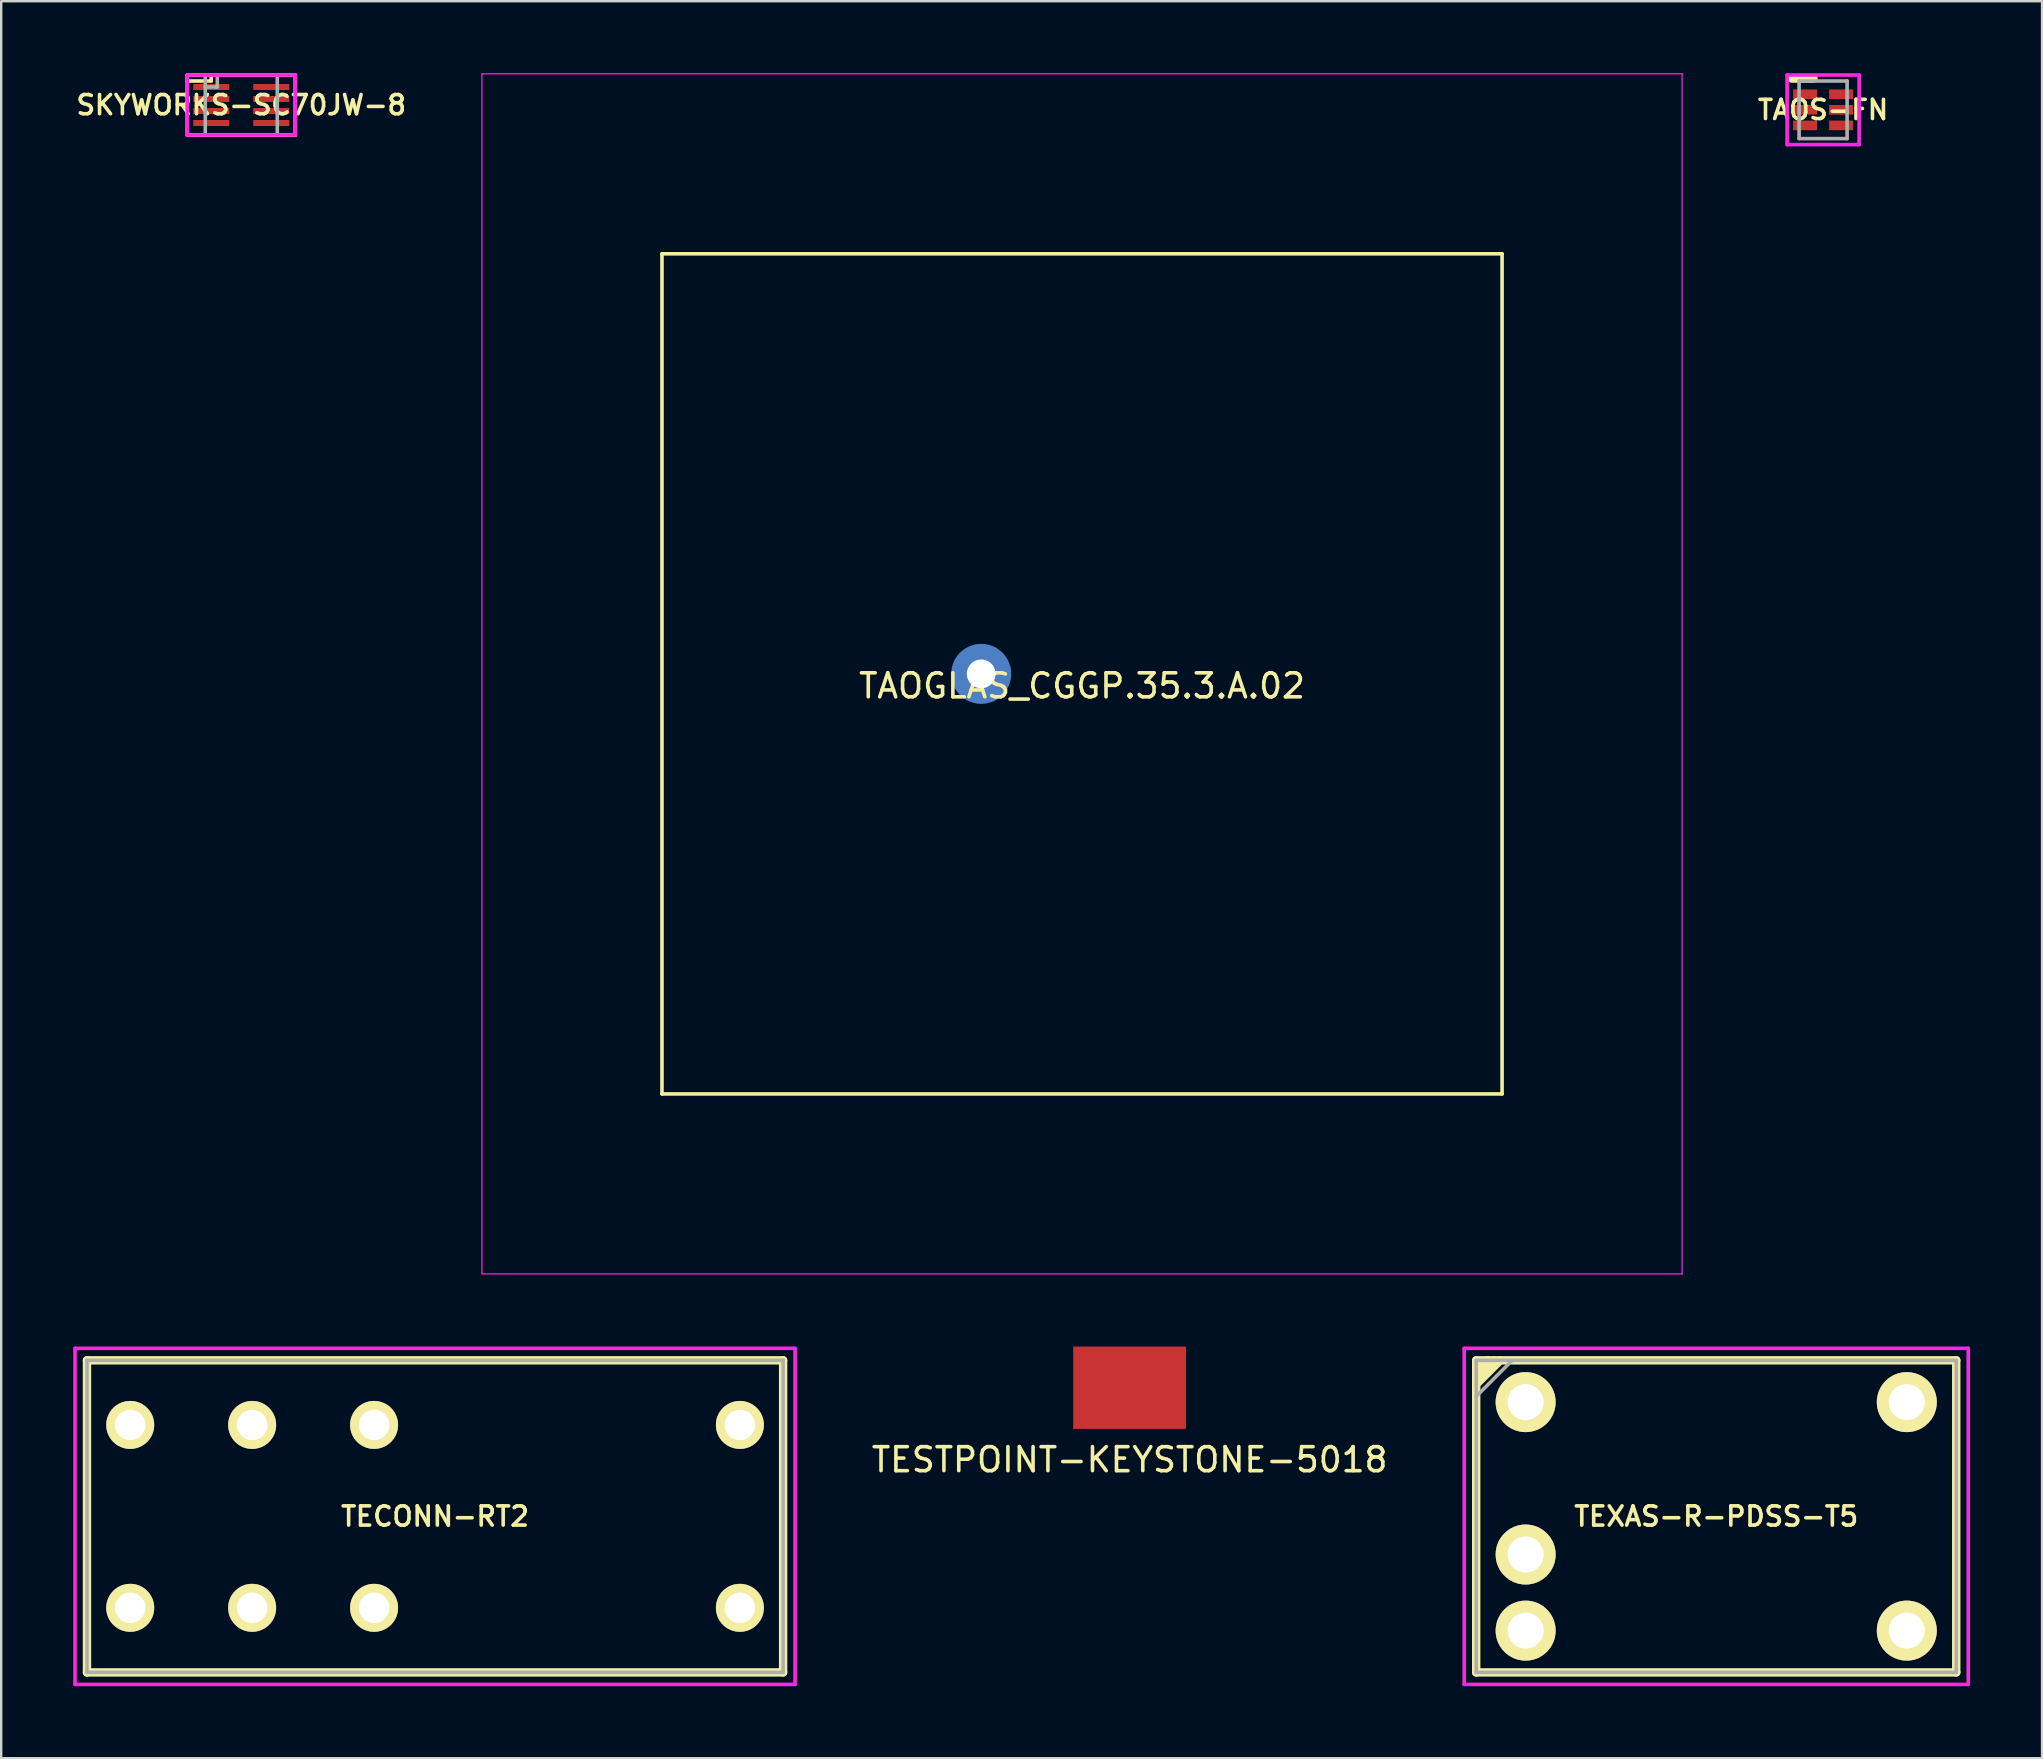
<source format=kicad_pcb>
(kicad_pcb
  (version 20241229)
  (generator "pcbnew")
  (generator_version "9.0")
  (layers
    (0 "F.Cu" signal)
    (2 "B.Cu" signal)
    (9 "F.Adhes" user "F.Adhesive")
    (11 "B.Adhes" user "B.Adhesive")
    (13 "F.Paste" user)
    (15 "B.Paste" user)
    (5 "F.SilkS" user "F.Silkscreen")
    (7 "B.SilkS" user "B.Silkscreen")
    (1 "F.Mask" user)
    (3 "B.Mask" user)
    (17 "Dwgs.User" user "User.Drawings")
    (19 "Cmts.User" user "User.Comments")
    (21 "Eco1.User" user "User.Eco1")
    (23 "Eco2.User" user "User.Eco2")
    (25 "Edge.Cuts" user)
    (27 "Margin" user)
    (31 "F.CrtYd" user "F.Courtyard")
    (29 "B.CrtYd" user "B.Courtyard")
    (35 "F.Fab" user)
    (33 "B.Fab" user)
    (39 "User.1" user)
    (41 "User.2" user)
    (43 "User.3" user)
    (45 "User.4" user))
  (footprint "TECONN-RT2"
    (layer "F.Cu")
    (at 15.075 60.125)
    (property "Reference" "TECONN-RT2" (at 0 0 0) (layer "F.SilkS") (effects (font (size 0.8 0.8) (thickness 0.15))))
    (attr through_hole)
    (fp_line (start -14.501 -6.5) (end 14.501 -6.5) (stroke (width 0.35) (type solid)) (layer "F.SilkS"))
    (fp_line (start -14.501 6.5) (end -14.501 -6.5) (stroke (width 0.35) (type solid)) (layer "F.SilkS"))
    (fp_line (start 14.501 -6.5) (end 14.501 6.5) (stroke (width 0.35) (type solid)) (layer "F.SilkS"))
    (fp_line (start 14.501 6.5) (end -14.501 6.5) (stroke (width 0.35) (type solid)) (layer "F.SilkS"))
    (fp_line (start -15 -7) (end 15 -7) (stroke (width 0.15) (type solid)) (layer "F.CrtYd"))
    (fp_line (start -15 7) (end -15 -7) (stroke (width 0.15) (type solid)) (layer "F.CrtYd"))
    (fp_line (start 15 -7) (end 15 7) (stroke (width 0.15) (type solid)) (layer "F.CrtYd"))
    (fp_line (start 15 7) (end -15 7) (stroke (width 0.15) (type solid)) (layer "F.CrtYd"))
    (fp_line (start -14.5 -6.5) (end 14.5 -6.5) (stroke (width 0.15) (type solid)) (layer "F.Fab"))
    (fp_line (start -14.5 6.5) (end -14.5 -6.5) (stroke (width 0.15) (type solid)) (layer "F.Fab"))
    (fp_line (start 14.5 -6.5) (end 14.5 6.5) (stroke (width 0.15) (type solid)) (layer "F.Fab"))
    (fp_line (start 14.5 6.5) (end -14.5 6.5) (stroke (width 0.15) (type solid)) (layer "F.Fab"))
    (pad "1" thru_hole circle (at -2.54 -3.81) (size 1.999 1.999) (drill 1.27) (layers "*.Cu" "*.Mask" "F.SilkS"))
    (pad "2" thru_hole circle (at -7.62 -3.81) (size 1.999 1.999) (drill 1.27) (layers "*.Cu" "*.Mask" "F.SilkS"))
    (pad "3" thru_hole circle (at -12.7 -3.81) (size 1.999 1.999) (drill 1.27) (layers "*.Cu" "*.Mask" "F.SilkS"))
    (pad "4" thru_hole circle (at -2.54 3.81) (size 1.999 1.999) (drill 1.27) (layers "*.Cu" "*.Mask" "F.SilkS"))
    (pad "5" thru_hole circle (at -7.62 3.81) (size 1.999 1.999) (drill 1.27) (layers "*.Cu" "*.Mask" "F.SilkS"))
    (pad "6" thru_hole circle (at -12.7 3.81) (size 1.999 1.999) (drill 1.27) (layers "*.Cu" "*.Mask" "F.SilkS"))
    (pad "7" thru_hole circle (at 12.7 -3.81) (size 1.999 1.999) (drill 1.27) (layers "*.Cu" "*.Mask" "F.SilkS"))
    (pad "8" thru_hole circle (at 12.7 3.81) (size 1.999 1.999) (drill 1.27) (layers "*.Cu" "*.Mask" "F.SilkS")))
  (footprint "TEXAS-R-PDSS-T5"
    (layer "F.Cu")
    (at 68.451 60.125)
    (property "Reference" "TEXAS-R-PDSS-T5" (at 0 0 0) (layer "F.SilkS") (effects (font (size 0.8 0.8) (thickness 0.15))))
    (attr through_hole)
    (fp_line (start -10 -6.5) (end 10 -6.5) (stroke (width 0.35) (type solid)) (layer "F.SilkS"))
    (fp_line (start -10 -6) (end -9.5 -6.5) (stroke (width 0.35) (type solid)) (layer "F.SilkS"))
    (fp_line (start -10 -5.75) (end -9.25 -6.5) (stroke (width 0.35) (type solid)) (layer "F.SilkS"))
    (fp_line (start -10 -5.5) (end -9 -6.5) (stroke (width 0.35) (type solid)) (layer "F.SilkS"))
    (fp_line (start -10 6.5) (end -10 -6.5) (stroke (width 0.35) (type solid)) (layer "F.SilkS"))
    (fp_line (start 10 -6.5) (end 10 6.5) (stroke (width 0.35) (type solid)) (layer "F.SilkS"))
    (fp_line (start 10 6.5) (end -10 6.5) (stroke (width 0.35) (type solid)) (layer "F.SilkS"))
    (fp_line (start -10.5 -7) (end 10.5 -7) (stroke (width 0.15) (type solid)) (layer "F.CrtYd"))
    (fp_line (start -10.5 7) (end -10.5 -7) (stroke (width 0.15) (type solid)) (layer "F.CrtYd"))
    (fp_line (start 10.5 -7) (end 10.5 7) (stroke (width 0.15) (type solid)) (layer "F.CrtYd"))
    (fp_line (start 10.5 7) (end -10.5 7) (stroke (width 0.15) (type solid)) (layer "F.CrtYd"))
    (fp_line (start -10 -6.5) (end 10 -6.5) (stroke (width 0.15) (type solid)) (layer "F.Fab"))
    (fp_line (start -10 -5) (end -8.5 -6.5) (stroke (width 0.15) (type solid)) (layer "F.Fab"))
    (fp_line (start -10 6.5) (end -10 -6.5) (stroke (width 0.15) (type solid)) (layer "F.Fab"))
    (fp_line (start 10 -6.5) (end 10 6.5) (stroke (width 0.15) (type solid)) (layer "F.Fab"))
    (fp_line (start 10 6.5) (end -10 6.5) (stroke (width 0.15) (type solid)) (layer "F.Fab"))
    (pad "1" thru_hole circle (at -7.94 -4.76) (size 2.5 2.5) (drill 1.5) (layers "*.Cu" "*.Mask" "F.SilkS"))
    (pad "2" thru_hole circle (at -7.94 1.59) (size 2.5 2.5) (drill 1.5) (layers "*.Cu" "*.Mask" "F.SilkS"))
    (pad "3" thru_hole circle (at -7.94 4.76) (size 2.5 2.5) (drill 1.5) (layers "*.Cu" "*.Mask" "F.SilkS"))
    (pad "4" thru_hole circle (at 7.94 4.76) (size 2.5 2.5) (drill 1.5) (layers "*.Cu" "*.Mask" "F.SilkS"))
    (pad "5" thru_hole circle (at 7.94 -4.76) (size 2.5 2.5) (drill 1.5) (layers "*.Cu" "*.Mask" "F.SilkS")))
  (footprint "SKYWORKS-SC70JW-8"
    (layer "F.Cu")
    (at 7.002 1.325)
    (property "Reference" "SKYWORKS-SC70JW-8" (at 0 0 0) (layer "F.SilkS") (effects (font (size 0.8 0.8) (thickness 0.15))))
    (attr smd)
    (fp_line (start -2.25 -1.25) (end -2.25 1.25) (stroke (width 0.15) (type solid)) (layer "F.SilkS"))
    (fp_line (start -2.25 -1) (end -1.25 -1) (stroke (width 0.15) (type solid)) (layer "F.SilkS"))
    (fp_line (start -2.25 1.25) (end 2.25 1.25) (stroke (width 0.15) (type solid)) (layer "F.SilkS"))
    (fp_line (start -1.25 -1) (end -1.25 -1.25) (stroke (width 0.15) (type solid)) (layer "F.SilkS"))
    (fp_line (start 2.25 -1.25) (end -2.25 -1.25) (stroke (width 0.15) (type solid)) (layer "F.SilkS"))
    (fp_line (start 2.25 1.25) (end 2.25 -1.25) (stroke (width 0.15) (type solid)) (layer "F.SilkS"))
    (fp_line (start -2.25 -1.25) (end 2.25 -1.25) (stroke (width 0.15) (type solid)) (layer "F.CrtYd"))
    (fp_line (start -2.25 1.25) (end -2.25 -1.25) (stroke (width 0.15) (type solid)) (layer "F.CrtYd"))
    (fp_line (start 2.25 -1.25) (end 2.25 1.25) (stroke (width 0.15) (type solid)) (layer "F.CrtYd"))
    (fp_line (start 2.25 1.25) (end -2.25 1.25) (stroke (width 0.15) (type solid)) (layer "F.CrtYd"))
    (fp_line (start -1.5 -1.25) (end 1.5 -1.25) (stroke (width 0.15) (type solid)) (layer "F.Fab"))
    (fp_line (start -1.5 1.25) (end -1.5 -1.25) (stroke (width 0.15) (type solid)) (layer "F.Fab"))
    (fp_line (start -1 -1.25) (end -1 -0.75) (stroke (width 0.15) (type solid)) (layer "F.Fab"))
    (fp_line (start -1 -0.75) (end -1.5 -0.75) (stroke (width 0.15) (type solid)) (layer "F.Fab"))
    (fp_line (start 1.5 -1.25) (end 1.5 1.25) (stroke (width 0.15) (type solid)) (layer "F.Fab"))
    (fp_line (start 1.5 1.25) (end -1.5 1.25) (stroke (width 0.15) (type solid)) (layer "F.Fab"))
    (pad "1" smd rect (at -1.25 -0.75) (size 1.5 0.25) (layers "F.Cu" "F.Mask" "F.Paste"))
    (pad "2" smd rect (at -1.25 -0.25) (size 1.5 0.25) (layers "F.Cu" "F.Mask" "F.Paste"))
    (pad "3" smd rect (at -1.25 0.25) (size 1.5 0.25) (layers "F.Cu" "F.Mask" "F.Paste"))
    (pad "4" smd rect (at -1.25 0.75) (size 1.5 0.25) (layers "F.Cu" "F.Mask" "F.Paste"))
    (pad "5" smd rect (at 1.25 0.75) (size 1.5 0.25) (layers "F.Cu" "F.Mask" "F.Paste"))
    (pad "6" smd rect (at 1.25 0.25) (size 1.5 0.25) (layers "F.Cu" "F.Mask" "F.Paste"))
    (pad "7" smd rect (at 1.25 -0.25) (size 1.5 0.25) (layers "F.Cu" "F.Mask" "F.Paste"))
    (pad "8" smd rect (at 1.25 -0.75) (size 1.5 0.25) (layers "F.Cu" "F.Mask" "F.Paste")))
  (footprint "TESTPOINT-KEYSTONE-5018"
    (layer "F.Cu")
    (at 44.013 54.765)
    (property "Reference" "TESTPOINT-KEYSTONE-5018" (at 0 3 0) (layer "F.SilkS") (effects (font (size 1 1) (thickness 0.15))))
    (attr smd)
    (pad "1" smd rect (at 0 0) (size 4.7 3.43) (layers "F.Cu" "F.Mask" "F.Paste")))
  (footprint "TAOGLAS_CGGP.35.3.A.02"
    (layer "F.Cu")
    (at 42.029 25.025)
    (property "Reference" "TAOGLAS_CGGP.35.3.A.02" (at 0 0.5 0) (layer "F.SilkS") (effects (font (size 1 1) (thickness 0.15))))
    (attr through_hole)
    (fp_line (start -17.5 -17.5) (end -17.5 17.5) (stroke (width 0.15) (type solid)) (layer "F.SilkS"))
    (fp_line (start -17.5 17.5) (end 17.5 17.5) (stroke (width 0.15) (type solid)) (layer "F.SilkS"))
    (fp_line (start 17.5 -17.5) (end -17.5 -17.5) (stroke (width 0.15) (type solid)) (layer "F.SilkS"))
    (fp_line (start 17.5 17.5) (end 17.5 -17.5) (stroke (width 0.15) (type solid)) (layer "F.SilkS"))
    (fp_line (start -25 -25) (end -25 25) (stroke (width 0.05) (type solid)) (layer "F.CrtYd"))
    (fp_line (start -25 -25) (end 25 -25) (stroke (width 0.05) (type solid)) (layer "F.CrtYd"))
    (fp_line (start -25 25) (end 25 25) (stroke (width 0.05) (type solid)) (layer "F.CrtYd"))
    (fp_line (start 25 -25) (end 25 25) (stroke (width 0.05) (type solid)) (layer "F.CrtYd"))
    (pad "" np_thru_hole circle (at -4.2 0) (size 1.2 1.2) (drill 1.2) (layers "*.Cu" "*.Mask"))
    (pad "1" smd circle (at -4.2 0) (size 2.5 2.5) (layers "B.Cu" "B.Mask")))
  (footprint "TAOS-FN"
    (layer "F.Cu")
    (at 72.904 1.525)
    (property "Reference" "TAOS-FN" (at 0 0 0) (layer "F.SilkS") (effects (font (size 0.8 0.8) (thickness 0.15))))
    (attr through_hole)
    (fp_line (start -1.3 -1.3) (end -0.4 -1.3) (stroke (width 0.35) (type solid)) (layer "F.SilkS"))
    (fp_line (start -1.5 -1.45) (end 1.5 -1.45) (stroke (width 0.15) (type solid)) (layer "F.CrtYd"))
    (fp_line (start -1.5 1.45) (end -1.5 -1.45) (stroke (width 0.15) (type solid)) (layer "F.CrtYd"))
    (fp_line (start 1.5 -1.45) (end 1.5 1.45) (stroke (width 0.15) (type solid)) (layer "F.CrtYd"))
    (fp_line (start 1.5 1.45) (end -1.5 1.45) (stroke (width 0.15) (type solid)) (layer "F.CrtYd"))
    (fp_line (start -1 -1.2) (end 1 -1.2) (stroke (width 0.15) (type solid)) (layer "F.Fab"))
    (fp_line (start -1 1.2) (end -1 -1.2) (stroke (width 0.15) (type solid)) (layer "F.Fab"))
    (fp_line (start 1 -1.2) (end 1 1.2) (stroke (width 0.15) (type solid)) (layer "F.Fab"))
    (fp_line (start 1 1.2) (end -1 1.2) (stroke (width 0.15) (type solid)) (layer "F.Fab"))
    (pad "1" smd rect (at -0.75 -0.65) (size 1 0.4) (layers "F.Cu" "F.Mask" "F.Paste"))
    (pad "2" smd rect (at -0.75 0) (size 1 0.4) (layers "F.Cu" "F.Mask" "F.Paste"))
    (pad "3" smd rect (at -0.75 0.65) (size 1 0.4) (layers "F.Cu" "F.Mask" "F.Paste"))
    (pad "4" smd rect (at 0.75 0.65) (size 1 0.4) (layers "F.Cu" "F.Mask" "F.Paste"))
    (pad "5" smd rect (at 0.75 0) (size 1 0.4) (layers "F.Cu" "F.Mask" "F.Paste"))
    (pad "6" smd rect (at 0.75 -0.65) (size 1 0.4) (layers "F.Cu" "F.Mask" "F.Paste")))
  (gr_rect
    (start -3 -3)
    (end 82.026 70.2)
    (stroke (width 0.1) (type default))
    (fill no)
    (layer "Edge.Cuts")))
</source>
